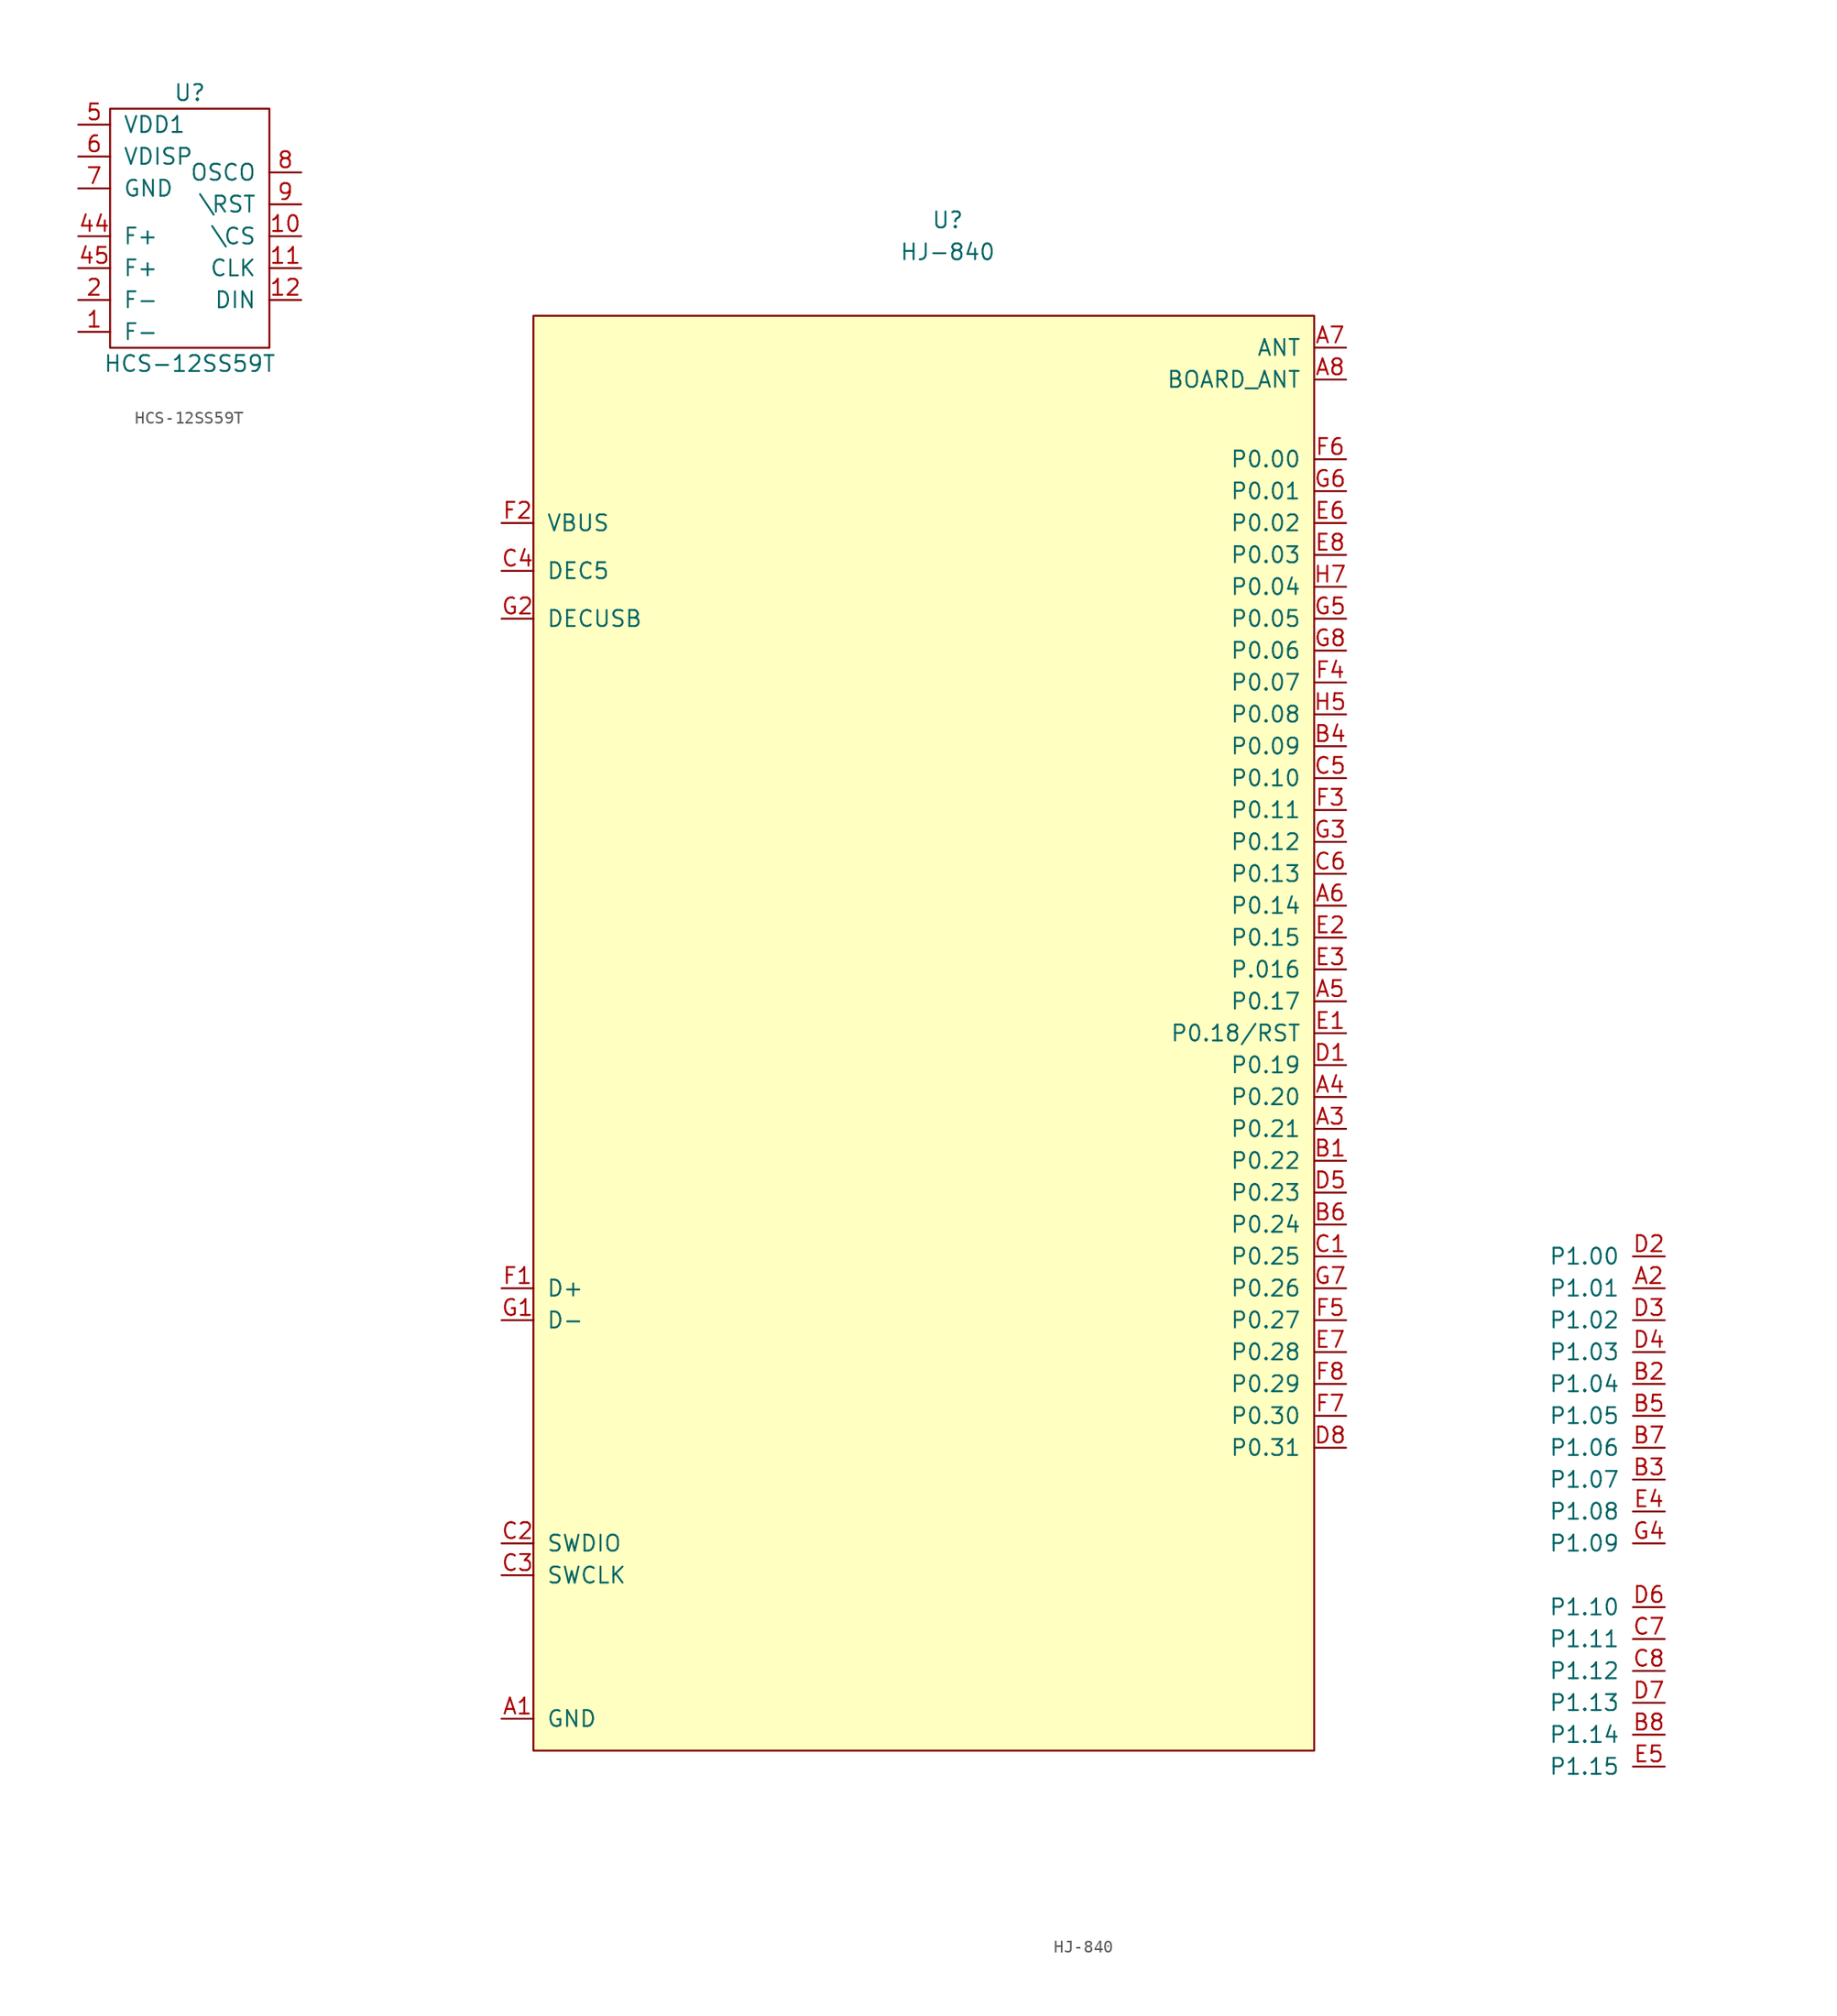
<source format=kicad_sym>
(kicad_symbol_lib
  (version 20231120)
  (generator "kicad_symbol_editor")
  (generator_version "8.0")
  (symbol "HCS-12SS59T"
    (pin_names
      (offset 1.016))
    (property "Reference" "U"
      (at 0 11.43 0)
      (effects (font (size 1.27 1.27))))
    (property "Value" "HCS-12SS59T"
      (at 0 -10.16 0)
      (effects (font (size 1.27 1.27))))
    (symbol "HCS-12SS59T_0_1"
      (rectangle (start -6.35 10.16) (end 6.35 -8.89) (stroke (width 0) (type solid)) (fill (type none))))
    (symbol "HCS-12SS59T_1_1"
      (pin input line (at -8.89 -7.62 0) (length 2.54) (name "F-" (effects (font (size 1.27 1.27)))) (number "1" (effects (font (size 1.27 1.27)))))
      (pin input line (at 8.89 0 180) (length 2.54) (name "\\CS" (effects (font (size 1.27 1.27)))) (number "10" (effects (font (size 1.27 1.27)))))
      (pin input line (at 8.89 -2.54 180) (length 2.54) (name "CLK" (effects (font (size 1.27 1.27)))) (number "11" (effects (font (size 1.27 1.27)))))
      (pin input line (at 8.89 -5.08 180) (length 2.54) (name "DIN" (effects (font (size 1.27 1.27)))) (number "12" (effects (font (size 1.27 1.27)))))
      (pin input line (at -8.89 -5.08 0) (length 2.54) (name "F-" (effects (font (size 1.27 1.27)))) (number "2" (effects (font (size 1.27 1.27)))))
      (pin input line (at -8.89 0 0) (length 2.54) (name "F+" (effects (font (size 1.27 1.27)))) (number "44" (effects (font (size 1.27 1.27)))))
      (pin input line (at -8.89 -2.54 0) (length 2.54) (name "F+" (effects (font (size 1.27 1.27)))) (number "45" (effects (font (size 1.27 1.27)))))
      (pin input line (at -8.89 8.89 0) (length 2.54) (name "VDD1" (effects (font (size 1.27 1.27)))) (number "5" (effects (font (size 1.27 1.27)))))
      (pin input line (at -8.89 6.35 0) (length 2.54) (name "VDISP" (effects (font (size 1.27 1.27)))) (number "6" (effects (font (size 1.27 1.27)))))
      (pin input line (at -8.89 3.81 0) (length 2.54) (name "GND" (effects (font (size 1.27 1.27)))) (number "7" (effects (font (size 1.27 1.27)))))
      (pin input line (at 8.89 5.08 180) (length 2.54) (name "OSCO" (effects (font (size 1.27 1.27)))) (number "8" (effects (font (size 1.27 1.27)))))
      (pin input line (at 8.89 2.54 180) (length 2.54) (name "\\RST" (effects (font (size 1.27 1.27)))) (number "9" (effects (font (size 1.27 1.27)))))))
  (symbol "HJ-840"
    (pin_names
      (offset 1.016))
    (property "Reference" "U"
      (at 0 67.31 0)
      (effects (font (size 1.27 1.27))))
    (property "Value" "HJ-840"
      (at 0 64.77 0)
      (effects (font (size 1.27 1.27))))
    (symbol "HJ-840_0_1"
      (rectangle (start -33.02 59.69) (end 29.21 -54.61) (stroke (width 0) (type solid)) (fill (type background))))
    (symbol "HJ-840_1_1"
      (pin input line (at -35.56 -52.07 0) (length 2.54) (name "GND" (effects (font (size 1.27 1.27)))) (number "A1" (effects (font (size 1.27 1.27)))))
      (pin input line (at 57.15 -17.78 180) (length 2.54) (name "P1.01" (effects (font (size 1.27 1.27)))) (number "A2" (effects (font (size 1.27 1.27)))))
      (pin input line (at 31.75 -5.08 180) (length 2.54) (name "P0.21" (effects (font (size 1.27 1.27)))) (number "A3" (effects (font (size 1.27 1.27)))))
      (pin input line (at 31.75 -2.54 180) (length 2.54) (name "P0.20" (effects (font (size 1.27 1.27)))) (number "A4" (effects (font (size 1.27 1.27)))))
      (pin input line (at 31.75 5.08 180) (length 2.54) (name "P0.17" (effects (font (size 1.27 1.27)))) (number "A5" (effects (font (size 1.27 1.27)))))
      (pin input line (at 31.75 12.7 180) (length 2.54) (name "P0.14" (effects (font (size 1.27 1.27)))) (number "A6" (effects (font (size 1.27 1.27)))))
      (pin input line (at 31.75 57.15 180) (length 2.54) (name "ANT" (effects (font (size 1.27 1.27)))) (number "A7" (effects (font (size 1.27 1.27)))))
      (pin input line (at 31.75 54.61 180) (length 2.54) (name "BOARD_ANT" (effects (font (size 1.27 1.27)))) (number "A8" (effects (font (size 1.27 1.27)))))
      (pin input line (at 31.75 -7.62 180) (length 2.54) (name "P0.22" (effects (font (size 1.27 1.27)))) (number "B1" (effects (font (size 1.27 1.27)))))
      (pin input line (at 57.15 -25.4 180) (length 2.54) (name "P1.04" (effects (font (size 1.27 1.27)))) (number "B2" (effects (font (size 1.27 1.27)))))
      (pin input line (at 57.15 -33.02 180) (length 2.54) (name "P1.07" (effects (font (size 1.27 1.27)))) (number "B3" (effects (font (size 1.27 1.27)))))
      (pin input line (at 31.75 25.4 180) (length 2.54) (name "P0.09" (effects (font (size 1.27 1.27)))) (number "B4" (effects (font (size 1.27 1.27)))))
      (pin input line (at 57.15 -27.94 180) (length 2.54) (name "P1.05" (effects (font (size 1.27 1.27)))) (number "B5" (effects (font (size 1.27 1.27)))))
      (pin input line (at 31.75 -12.7 180) (length 2.54) (name "P0.24" (effects (font (size 1.27 1.27)))) (number "B6" (effects (font (size 1.27 1.27)))))
      (pin input line (at 57.15 -30.48 180) (length 2.54) (name "P1.06" (effects (font (size 1.27 1.27)))) (number "B7" (effects (font (size 1.27 1.27)))))
      (pin input line (at 57.15 -53.34 180) (length 2.54) (name "P1.14" (effects (font (size 1.27 1.27)))) (number "B8" (effects (font (size 1.27 1.27)))))
      (pin input line (at 31.75 -15.24 180) (length 2.54) (name "P0.25" (effects (font (size 1.27 1.27)))) (number "C1" (effects (font (size 1.27 1.27)))))
      (pin input line (at -35.56 -38.1 0) (length 2.54) (name "SWDIO" (effects (font (size 1.27 1.27)))) (number "C2" (effects (font (size 1.27 1.27)))))
      (pin input line (at -35.56 -40.64 0) (length 2.54) (name "SWCLK" (effects (font (size 1.27 1.27)))) (number "C3" (effects (font (size 1.27 1.27)))))
      (pin input line (at -35.56 39.37 0) (length 2.54) (name "DEC5" (effects (font (size 1.27 1.27)))) (number "C4" (effects (font (size 1.27 1.27)))))
      (pin input line (at 31.75 22.86 180) (length 2.54) (name "P0.10" (effects (font (size 1.27 1.27)))) (number "C5" (effects (font (size 1.27 1.27)))))
      (pin input line (at 31.75 15.24 180) (length 2.54) (name "P0.13" (effects (font (size 1.27 1.27)))) (number "C6" (effects (font (size 1.27 1.27)))))
      (pin input line (at 57.15 -45.72 180) (length 2.54) (name "P1.11" (effects (font (size 1.27 1.27)))) (number "C7" (effects (font (size 1.27 1.27)))))
      (pin input line (at 57.15 -48.26 180) (length 2.54) (name "P1.12" (effects (font (size 1.27 1.27)))) (number "C8" (effects (font (size 1.27 1.27)))))
      (pin input line (at 31.75 0 180) (length 2.54) (name "P0.19" (effects (font (size 1.27 1.27)))) (number "D1" (effects (font (size 1.27 1.27)))))
      (pin input line (at 57.15 -15.24 180) (length 2.54) (name "P1.00" (effects (font (size 1.27 1.27)))) (number "D2" (effects (font (size 1.27 1.27)))))
      (pin input line (at 57.15 -20.32 180) (length 2.54) (name "P1.02" (effects (font (size 1.27 1.27)))) (number "D3" (effects (font (size 1.27 1.27)))))
      (pin input line (at 57.15 -22.86 180) (length 2.54) (name "P1.03" (effects (font (size 1.27 1.27)))) (number "D4" (effects (font (size 1.27 1.27)))))
      (pin input line (at 31.75 -10.16 180) (length 2.54) (name "P0.23" (effects (font (size 1.27 1.27)))) (number "D5" (effects (font (size 1.27 1.27)))))
      (pin input line (at 57.15 -43.18 180) (length 2.54) (name "P1.10" (effects (font (size 1.27 1.27)))) (number "D6" (effects (font (size 1.27 1.27)))))
      (pin input line (at 57.15 -50.8 180) (length 2.54) (name "P1.13" (effects (font (size 1.27 1.27)))) (number "D7" (effects (font (size 1.27 1.27)))))
      (pin input line (at 31.75 -30.48 180) (length 2.54) (name "P0.31" (effects (font (size 1.27 1.27)))) (number "D8" (effects (font (size 1.27 1.27)))))
      (pin input line (at 31.75 2.54 180) (length 2.54) (name "P0.18/RST" (effects (font (size 1.27 1.27)))) (number "E1" (effects (font (size 1.27 1.27)))))
      (pin input line (at 31.75 10.16 180) (length 2.54) (name "P0.15" (effects (font (size 1.27 1.27)))) (number "E2" (effects (font (size 1.27 1.27)))))
      (pin input line (at 31.75 7.62 180) (length 2.54) (name "P.016" (effects (font (size 1.27 1.27)))) (number "E3" (effects (font (size 1.27 1.27)))))
      (pin input line (at 57.15 -35.56 180) (length 2.54) (name "P1.08" (effects (font (size 1.27 1.27)))) (number "E4" (effects (font (size 1.27 1.27)))))
      (pin input line (at 57.15 -55.88 180) (length 2.54) (name "P1.15" (effects (font (size 1.27 1.27)))) (number "E5" (effects (font (size 1.27 1.27)))))
      (pin input line (at 31.75 43.18 180) (length 2.54) (name "P0.02" (effects (font (size 1.27 1.27)))) (number "E6" (effects (font (size 1.27 1.27)))))
      (pin input line (at 31.75 -22.86 180) (length 2.54) (name "P0.28" (effects (font (size 1.27 1.27)))) (number "E7" (effects (font (size 1.27 1.27)))))
      (pin input line (at 31.75 40.64 180) (length 2.54) (name "P0.03" (effects (font (size 1.27 1.27)))) (number "E8" (effects (font (size 1.27 1.27)))))
      (pin input line (at -35.56 -17.78 0) (length 2.54) (name "D+" (effects (font (size 1.27 1.27)))) (number "F1" (effects (font (size 1.27 1.27)))))
      (pin input line (at -35.56 43.18 0) (length 2.54) (name "VBUS" (effects (font (size 1.27 1.27)))) (number "F2" (effects (font (size 1.27 1.27)))))
      (pin input line (at 31.75 20.32 180) (length 2.54) (name "P0.11" (effects (font (size 1.27 1.27)))) (number "F3" (effects (font (size 1.27 1.27)))))
      (pin input line (at 31.75 30.48 180) (length 2.54) (name "P0.07" (effects (font (size 1.27 1.27)))) (number "F4" (effects (font (size 1.27 1.27)))))
      (pin input line (at 31.75 -20.32 180) (length 2.54) (name "P0.27" (effects (font (size 1.27 1.27)))) (number "F5" (effects (font (size 1.27 1.27)))))
      (pin input line (at 31.75 48.26 180) (length 2.54) (name "P0.00" (effects (font (size 1.27 1.27)))) (number "F6" (effects (font (size 1.27 1.27)))))
      (pin input line (at 31.75 -27.94 180) (length 2.54) (name "P0.30" (effects (font (size 1.27 1.27)))) (number "F7" (effects (font (size 1.27 1.27)))))
      (pin input line (at 31.75 -25.4 180) (length 2.54) (name "P0.29" (effects (font (size 1.27 1.27)))) (number "F8" (effects (font (size 1.27 1.27)))))
      (pin input line (at -35.56 -20.32 0) (length 2.54) (name "D-" (effects (font (size 1.27 1.27)))) (number "G1" (effects (font (size 1.27 1.27)))))
      (pin input line (at -35.56 35.56 0) (length 2.54) (name "DECUSB" (effects (font (size 1.27 1.27)))) (number "G2" (effects (font (size 1.27 1.27)))))
      (pin input line (at 31.75 17.78 180) (length 2.54) (name "P0.12" (effects (font (size 1.27 1.27)))) (number "G3" (effects (font (size 1.27 1.27)))))
      (pin input line (at 57.15 -38.1 180) (length 2.54) (name "P1.09" (effects (font (size 1.27 1.27)))) (number "G4" (effects (font (size 1.27 1.27)))))
      (pin input line (at 31.75 35.56 180) (length 2.54) (name "P0.05" (effects (font (size 1.27 1.27)))) (number "G5" (effects (font (size 1.27 1.27)))))
      (pin input line (at 31.75 45.72 180) (length 2.54) (name "P0.01" (effects (font (size 1.27 1.27)))) (number "G6" (effects (font (size 1.27 1.27)))))
      (pin input line (at 31.75 -17.78 180) (length 2.54) (name "P0.26" (effects (font (size 1.27 1.27)))) (number "G7" (effects (font (size 1.27 1.27)))))
      (pin input line (at 31.75 33.02 180) (length 2.54) (name "P0.06" (effects (font (size 1.27 1.27)))) (number "G8" (effects (font (size 1.27 1.27)))))
      (pin input line (at 31.75 27.94 180) (length 2.54) (name "P0.08" (effects (font (size 1.27 1.27)))) (number "H5" (effects (font (size 1.27 1.27)))))
      (pin input line (at 31.75 38.1 180) (length 2.54) (name "P0.04" (effects (font (size 1.27 1.27)))) (number "H7" (effects (font (size 1.27 1.27))))))))
</source>
